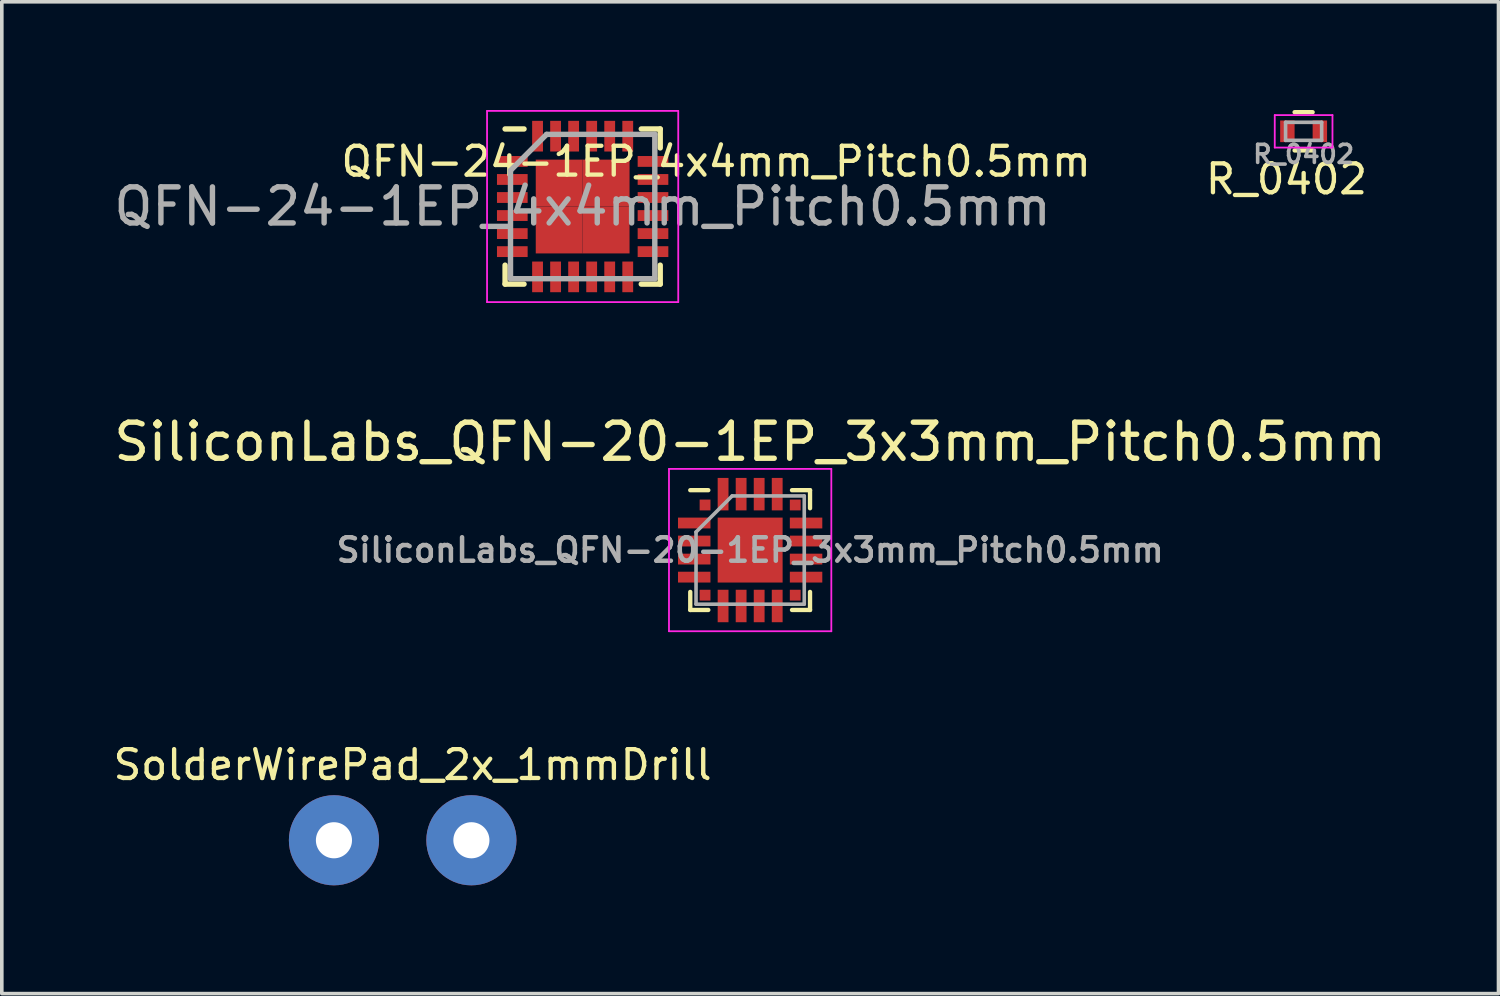
<source format=kicad_pcb>
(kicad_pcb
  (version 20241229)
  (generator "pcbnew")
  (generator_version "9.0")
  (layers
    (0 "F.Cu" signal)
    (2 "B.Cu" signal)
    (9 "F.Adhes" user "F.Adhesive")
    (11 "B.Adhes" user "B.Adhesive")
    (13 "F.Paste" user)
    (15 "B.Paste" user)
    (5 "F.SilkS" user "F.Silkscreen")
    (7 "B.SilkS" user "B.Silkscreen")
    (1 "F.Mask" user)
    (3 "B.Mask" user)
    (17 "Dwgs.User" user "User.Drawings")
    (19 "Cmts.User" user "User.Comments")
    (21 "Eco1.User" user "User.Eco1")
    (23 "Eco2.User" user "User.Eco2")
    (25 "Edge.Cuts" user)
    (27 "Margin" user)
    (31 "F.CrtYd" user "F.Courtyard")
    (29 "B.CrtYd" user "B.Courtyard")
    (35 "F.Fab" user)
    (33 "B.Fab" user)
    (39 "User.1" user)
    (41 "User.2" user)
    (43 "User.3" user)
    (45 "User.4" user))
  (footprint "QFN-24-1EP_4x4mm_Pitch0.5mm"
    (layer "F.Cu")
    (at 13.101 2.675)
    (property "Reference" "QFN-24-1EP_4x4mm_Pitch0.5mm" (at 3.7 -1.249 0) (layer "F.SilkS") (effects (font (size 0.8 0.8) (thickness 0.12))))
    (attr smd)
    (fp_line (start -2.15 -2.15) (end -1.625 -2.15) (stroke (width 0.15) (type solid)) (layer "F.SilkS"))
    (fp_line (start -2.15 2.15) (end -2.15 1.625) (stroke (width 0.15) (type solid)) (layer "F.SilkS"))
    (fp_line (start -2.15 2.15) (end -1.625 2.15) (stroke (width 0.15) (type solid)) (layer "F.SilkS"))
    (fp_line (start 2.15 -2.15) (end 1.625 -2.15) (stroke (width 0.15) (type solid)) (layer "F.SilkS"))
    (fp_line (start 2.15 -2.15) (end 2.15 -1.625) (stroke (width 0.15) (type solid)) (layer "F.SilkS"))
    (fp_line (start 2.15 2.15) (end 1.625 2.15) (stroke (width 0.15) (type solid)) (layer "F.SilkS"))
    (fp_line (start 2.15 2.15) (end 2.15 1.625) (stroke (width 0.15) (type solid)) (layer "F.SilkS"))
    (fp_line (start -2.65 -2.65) (end -2.65 2.65) (stroke (width 0.05) (type solid)) (layer "F.CrtYd"))
    (fp_line (start -2.65 -2.65) (end 2.65 -2.65) (stroke (width 0.05) (type solid)) (layer "F.CrtYd"))
    (fp_line (start -2.65 2.65) (end 2.65 2.65) (stroke (width 0.05) (type solid)) (layer "F.CrtYd"))
    (fp_line (start 2.65 -2.65) (end 2.65 2.65) (stroke (width 0.05) (type solid)) (layer "F.CrtYd"))
    (fp_line (start -2 -1) (end -1 -2) (stroke (width 0.15) (type solid)) (layer "F.Fab"))
    (fp_line (start -2 2) (end -2 -1) (stroke (width 0.15) (type solid)) (layer "F.Fab"))
    (fp_line (start -1 -2) (end 2 -2) (stroke (width 0.15) (type solid)) (layer "F.Fab"))
    (fp_line (start 2 -2) (end 2 2) (stroke (width 0.15) (type solid)) (layer "F.Fab"))
    (fp_line (start 2 2) (end -2 2) (stroke (width 0.15) (type solid)) (layer "F.Fab"))
    (fp_text user "${REFERENCE}" (at 0 0 0) (layer "F.Fab") (effects (font (size 1 1) (thickness 0.15))))
    (pad "1" smd rect (at -1.95 -1.25) (size 0.85 0.3) (layers "F.Cu" "F.Mask" "F.Paste"))
    (pad "2" smd rect (at -1.95 -0.75) (size 0.85 0.3) (layers "F.Cu" "F.Mask" "F.Paste"))
    (pad "3" smd rect (at -1.95 -0.25) (size 0.85 0.3) (layers "F.Cu" "F.Mask" "F.Paste"))
    (pad "4" smd rect (at -1.95 0.25) (size 0.85 0.3) (layers "F.Cu" "F.Mask" "F.Paste"))
    (pad "5" smd rect (at -1.95 0.75) (size 0.85 0.3) (layers "F.Cu" "F.Mask" "F.Paste"))
    (pad "6" smd rect (at -1.95 1.25) (size 0.85 0.3) (layers "F.Cu" "F.Mask" "F.Paste"))
    (pad "7" smd rect (at -1.25 1.95 90) (size 0.85 0.3) (layers "F.Cu" "F.Mask" "F.Paste"))
    (pad "8" smd rect (at -0.75 1.95 90) (size 0.85 0.3) (layers "F.Cu" "F.Mask" "F.Paste"))
    (pad "9" smd rect (at -0.25 1.95 90) (size 0.85 0.3) (layers "F.Cu" "F.Mask" "F.Paste"))
    (pad "10" smd rect (at 0.25 1.95 90) (size 0.85 0.3) (layers "F.Cu" "F.Mask" "F.Paste"))
    (pad "11" smd rect (at 0.75 1.95 90) (size 0.85 0.3) (layers "F.Cu" "F.Mask" "F.Paste"))
    (pad "12" smd rect (at 1.25 1.95 90) (size 0.85 0.3) (layers "F.Cu" "F.Mask" "F.Paste"))
    (pad "13" smd rect (at 1.95 1.25) (size 0.85 0.3) (layers "F.Cu" "F.Mask" "F.Paste"))
    (pad "14" smd rect (at 1.95 0.75) (size 0.85 0.3) (layers "F.Cu" "F.Mask" "F.Paste"))
    (pad "15" smd rect (at 1.95 0.25) (size 0.85 0.3) (layers "F.Cu" "F.Mask" "F.Paste"))
    (pad "16" smd rect (at 1.95 -0.25) (size 0.85 0.3) (layers "F.Cu" "F.Mask" "F.Paste"))
    (pad "17" smd rect (at 1.95 -0.75) (size 0.85 0.3) (layers "F.Cu" "F.Mask" "F.Paste"))
    (pad "18" smd rect (at 1.95 -1.25) (size 0.85 0.3) (layers "F.Cu" "F.Mask" "F.Paste"))
    (pad "19" smd rect (at 1.25 -1.95 90) (size 0.85 0.3) (layers "F.Cu" "F.Mask" "F.Paste"))
    (pad "20" smd rect (at 0.75 -1.95 90) (size 0.85 0.3) (layers "F.Cu" "F.Mask" "F.Paste"))
    (pad "21" smd rect (at 0.25 -1.95 90) (size 0.85 0.3) (layers "F.Cu" "F.Mask" "F.Paste"))
    (pad "22" smd rect (at -0.25 -1.95 90) (size 0.85 0.3) (layers "F.Cu" "F.Mask" "F.Paste"))
    (pad "23" smd rect (at -0.75 -1.95 90) (size 0.85 0.3) (layers "F.Cu" "F.Mask" "F.Paste"))
    (pad "24" smd rect (at -1.25 -1.95 90) (size 0.85 0.3) (layers "F.Cu" "F.Mask" "F.Paste"))
    (pad "25" smd rect (at -0.65 -0.65) (size 1.3 1.3) (layers "F.Cu" "F.Mask" "F.Paste"))
    (pad "25" smd rect (at -0.65 0.65) (size 1.3 1.3) (layers "F.Cu" "F.Mask" "F.Paste"))
    (pad "25" smd rect (at 0.65 -0.65) (size 1.3 1.3) (layers "F.Cu" "F.Mask" "F.Paste"))
    (pad "25" smd rect (at 0.65 0.65) (size 1.3 1.3) (layers "F.Cu" "F.Mask" "F.Paste")))
  (footprint "SolderWirePad_2x_1mmDrill"
    (layer "F.Cu")
    (at 8.112 20.242)
    (property "Reference" "SolderWirePad_2x_1mmDrill" (at 0.274 -2.09 0) (layer "F.SilkS") (effects (font (size 0.8 0.8) (thickness 0.12))))
    (attr through_hole)
    (pad "1" thru_hole circle (at -1.905 0) (size 2.499 2.499) (drill 1.001) (layers "*.Cu" "*.Mask"))
    (pad "2" thru_hole circle (at 1.905 0) (size 2.499 2.499) (drill 1.001) (layers "*.Cu" "*.Mask")))
  (footprint "R_0402"
    (layer "F.Cu")
    (at 33.086 0.59)
    (property "Reference" "R_0402" (at -0.475 1.325 0) (layer "F.SilkS") (effects (font (size 0.8 0.8) (thickness 0.12))))
    (attr smd)
    (fp_line (start -0.25 0.53) (end 0.25 0.53) (stroke (width 0.12) (type solid)) (layer "F.SilkS"))
    (fp_line (start 0.25 -0.53) (end -0.25 -0.53) (stroke (width 0.12) (type solid)) (layer "F.SilkS"))
    (fp_line (start -0.8 -0.45) (end -0.8 0.45) (stroke (width 0.05) (type solid)) (layer "F.CrtYd"))
    (fp_line (start -0.8 -0.45) (end 0.8 -0.45) (stroke (width 0.05) (type solid)) (layer "F.CrtYd"))
    (fp_line (start 0.8 0.45) (end -0.8 0.45) (stroke (width 0.05) (type solid)) (layer "F.CrtYd"))
    (fp_line (start 0.8 0.45) (end 0.8 -0.45) (stroke (width 0.05) (type solid)) (layer "F.CrtYd"))
    (fp_line (start -0.5 -0.25) (end 0.5 -0.25) (stroke (width 0.1) (type solid)) (layer "F.Fab"))
    (fp_line (start -0.5 0.25) (end -0.5 -0.25) (stroke (width 0.1) (type solid)) (layer "F.Fab"))
    (fp_line (start 0.5 -0.25) (end 0.5 0.25) (stroke (width 0.1) (type solid)) (layer "F.Fab"))
    (fp_line (start 0.5 0.25) (end -0.5 0.25) (stroke (width 0.1) (type solid)) (layer "F.Fab"))
    (fp_text user "${REFERENCE}" (at 0 0.635 0) (layer "F.Fab") (effects (font (size 0.5 0.5) (thickness 0.1))))
    (pad "1" smd rect (at -0.45 0) (size 0.4 0.6) (layers "F.Cu" "F.Mask" "F.Paste"))
    (pad "2" smd rect (at 0.45 0) (size 0.4 0.6) (layers "F.Cu" "F.Mask" "F.Paste")))
  (footprint "SiliconLabs_QFN-20-1EP_3x3mm_Pitch0.5mm"
    (layer "F.Cu")
    (at 17.744 12.198)
    (property "Reference" "SiliconLabs_QFN-20-1EP_3x3mm_Pitch0.5mm" (at 0 -3 0) (layer "F.SilkS") (effects (font (size 1 1) (thickness 0.15))))
    (attr smd)
    (fp_line (start -1.66 -1.66) (end -1.16 -1.66) (stroke (width 0.12) (type solid)) (layer "F.SilkS"))
    (fp_line (start -1.66 1.66) (end -1.66 1.16) (stroke (width 0.12) (type solid)) (layer "F.SilkS"))
    (fp_line (start -1.16 1.66) (end -1.66 1.66) (stroke (width 0.12) (type solid)) (layer "F.SilkS"))
    (fp_line (start 1.16 -1.66) (end 1.66 -1.66) (stroke (width 0.12) (type solid)) (layer "F.SilkS"))
    (fp_line (start 1.16 1.66) (end 1.66 1.66) (stroke (width 0.12) (type solid)) (layer "F.SilkS"))
    (fp_line (start 1.66 -1.66) (end 1.66 -1.16) (stroke (width 0.12) (type solid)) (layer "F.SilkS"))
    (fp_line (start 1.66 1.66) (end 1.66 1.16) (stroke (width 0.12) (type solid)) (layer "F.SilkS"))
    (fp_line (start -2.25 -2.25) (end -2.25 2.25) (stroke (width 0.05) (type solid)) (layer "F.CrtYd"))
    (fp_line (start -2.25 2.25) (end 2.25 2.25) (stroke (width 0.05) (type solid)) (layer "F.CrtYd"))
    (fp_line (start 2.25 -2.25) (end -2.25 -2.25) (stroke (width 0.05) (type solid)) (layer "F.CrtYd"))
    (fp_line (start 2.25 2.25) (end 2.25 -2.25) (stroke (width 0.05) (type solid)) (layer "F.CrtYd"))
    (fp_line (start -1.5 -0.5) (end -0.5 -1.5) (stroke (width 0.1) (type solid)) (layer "F.Fab"))
    (fp_line (start -1.5 1.5) (end -1.5 -0.5) (stroke (width 0.1) (type solid)) (layer "F.Fab"))
    (fp_line (start -0.5 -1.5) (end 1.5 -1.5) (stroke (width 0.1) (type solid)) (layer "F.Fab"))
    (fp_line (start 1.5 -1.5) (end 1.5 1.5) (stroke (width 0.1) (type solid)) (layer "F.Fab"))
    (fp_line (start 1.5 1.5) (end -1.5 1.5) (stroke (width 0.1) (type solid)) (layer "F.Fab"))
    (fp_text user "${REFERENCE}" (at 0 0 0) (layer "F.Fab") (effects (font (size 0.65 0.65) (thickness 0.125))))
    (pad "" smd rect (at -0.45 -0.45) (size 0.54 0.54) (layers "F.Paste"))
    (pad "" smd rect (at -0.45 0.45) (size 0.54 0.54) (layers "F.Paste"))
    (pad "" smd rect (at 0.45 -0.45) (size 0.54 0.54) (layers "F.Paste"))
    (pad "" smd rect (at 0.45 0.45) (size 0.54 0.54) (layers "F.Paste"))
    (pad "1" smd rect (at -1.25 -1.25) (size 0.3 0.3) (layers "F.Cu" "F.Mask" "F.Paste"))
    (pad "2" smd rect (at -1.55 -0.75) (size 0.9 0.3) (layers "F.Cu" "F.Mask" "F.Paste"))
    (pad "3" smd rect (at -1.55 -0.25) (size 0.9 0.3) (layers "F.Cu" "F.Mask" "F.Paste"))
    (pad "4" smd rect (at -1.55 0.25) (size 0.9 0.3) (layers "F.Cu" "F.Mask" "F.Paste"))
    (pad "5" smd rect (at -1.55 0.75) (size 0.9 0.3) (layers "F.Cu" "F.Mask" "F.Paste"))
    (pad "6" smd rect (at -1.25 1.25) (size 0.3 0.3) (layers "F.Cu" "F.Mask" "F.Paste"))
    (pad "7" smd rect (at -0.75 1.55 90) (size 0.9 0.3) (layers "F.Cu" "F.Mask" "F.Paste"))
    (pad "8" smd rect (at -0.25 1.55 90) (size 0.9 0.3) (layers "F.Cu" "F.Mask" "F.Paste"))
    (pad "9" smd rect (at 0.25 1.55 90) (size 0.9 0.3) (layers "F.Cu" "F.Mask" "F.Paste"))
    (pad "10" smd rect (at 0.75 1.55 90) (size 0.9 0.3) (layers "F.Cu" "F.Mask" "F.Paste"))
    (pad "11" smd rect (at 1.25 1.25) (size 0.3 0.3) (layers "F.Cu" "F.Mask" "F.Paste"))
    (pad "12" smd rect (at 1.55 0.75) (size 0.9 0.3) (layers "F.Cu" "F.Mask" "F.Paste"))
    (pad "13" smd rect (at 1.55 0.25) (size 0.9 0.3) (layers "F.Cu" "F.Mask" "F.Paste"))
    (pad "14" smd rect (at 1.55 -0.25) (size 0.9 0.3) (layers "F.Cu" "F.Mask" "F.Paste"))
    (pad "15" smd rect (at 1.55 -0.75) (size 0.9 0.3) (layers "F.Cu" "F.Mask" "F.Paste"))
    (pad "16" smd rect (at 1.25 -1.25) (size 0.3 0.3) (layers "F.Cu" "F.Mask" "F.Paste"))
    (pad "17" smd rect (at 0.75 -1.55 90) (size 0.9 0.3) (layers "F.Cu" "F.Mask" "F.Paste"))
    (pad "18" smd rect (at 0.25 -1.55 90) (size 0.9 0.3) (layers "F.Cu" "F.Mask" "F.Paste"))
    (pad "19" smd rect (at -0.25 -1.55 90) (size 0.9 0.3) (layers "F.Cu" "F.Mask" "F.Paste"))
    (pad "20" smd rect (at -0.75 -1.55 90) (size 0.9 0.3) (layers "F.Cu" "F.Mask" "F.Paste"))
    (pad "21" smd rect (at 0 0) (size 1.8 1.8) (layers "F.Cu" "F.Mask")))
  (gr_rect
    (start -3 -3)
    (end 38.488 24.492)
    (stroke (width 0.1) (type default))
    (fill no)
    (layer "Edge.Cuts")))
</source>
